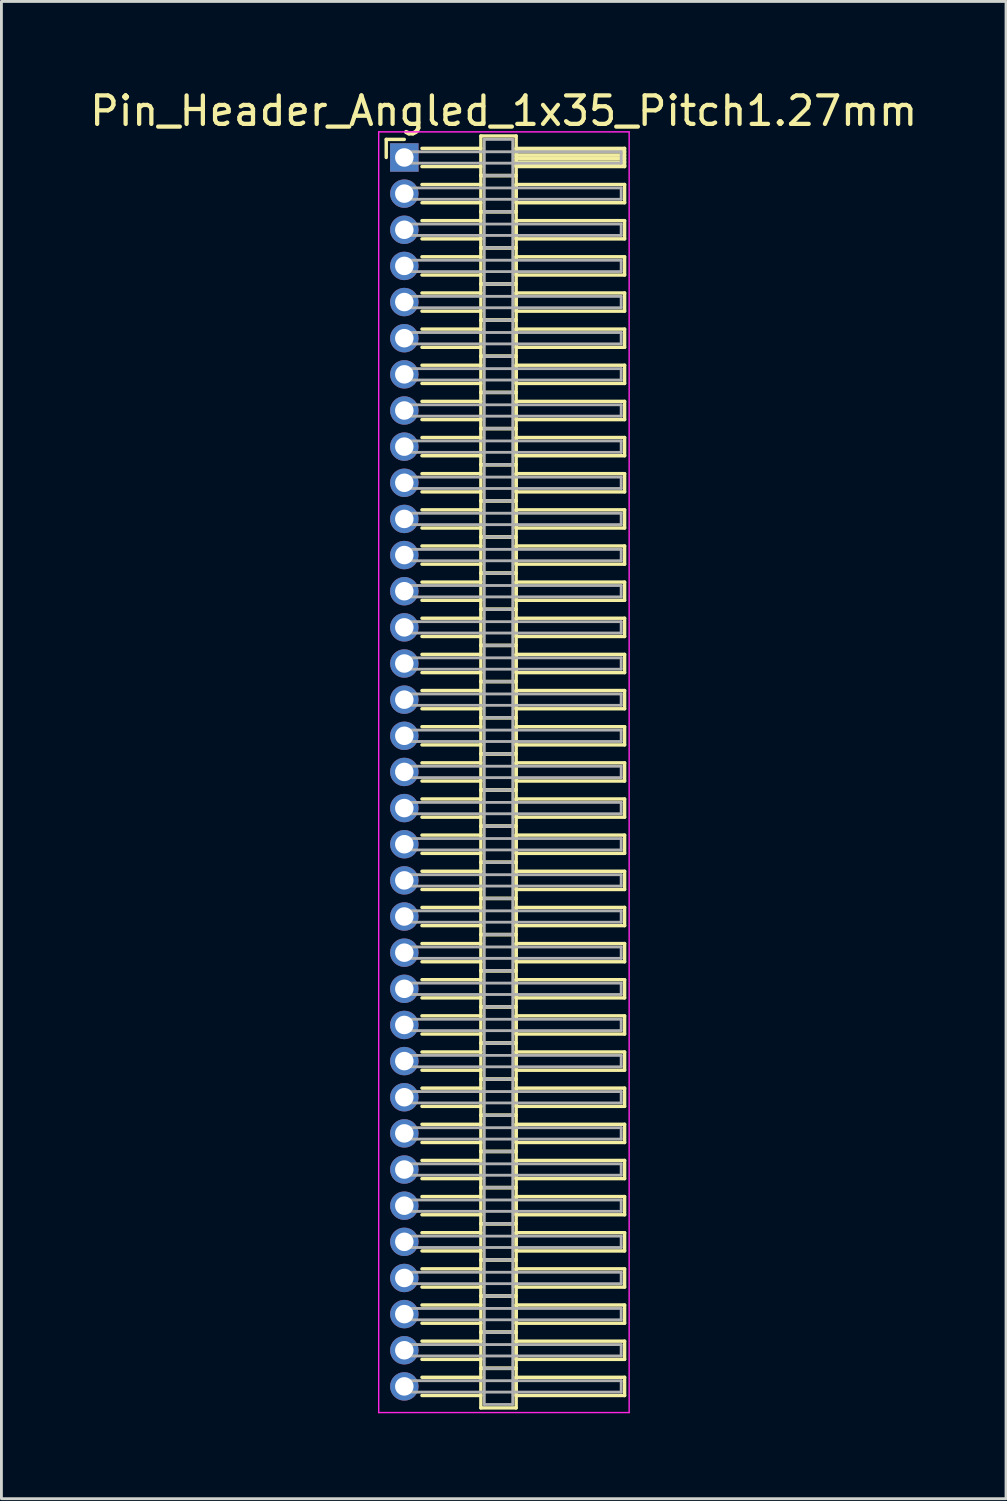
<source format=kicad_pcb>
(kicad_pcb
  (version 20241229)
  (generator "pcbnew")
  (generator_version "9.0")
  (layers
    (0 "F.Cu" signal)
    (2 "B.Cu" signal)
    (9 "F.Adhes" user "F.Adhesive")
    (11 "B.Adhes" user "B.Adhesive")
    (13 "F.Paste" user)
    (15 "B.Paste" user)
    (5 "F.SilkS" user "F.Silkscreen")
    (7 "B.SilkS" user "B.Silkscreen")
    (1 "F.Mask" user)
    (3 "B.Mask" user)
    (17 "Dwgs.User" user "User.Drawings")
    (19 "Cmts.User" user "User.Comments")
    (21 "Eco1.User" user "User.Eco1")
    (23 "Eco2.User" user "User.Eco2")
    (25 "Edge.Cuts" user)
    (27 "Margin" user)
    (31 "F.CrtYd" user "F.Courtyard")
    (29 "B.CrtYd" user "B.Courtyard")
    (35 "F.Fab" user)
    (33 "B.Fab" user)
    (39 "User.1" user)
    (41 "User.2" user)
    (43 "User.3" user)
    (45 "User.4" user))
  (footprint "Pin_Header_Angled_1x35_Pitch1.27mm"
    (layer "F.Cu")
    (at 11.156 2.483)
    (property "Reference" "Pin_Header_Angled_1x35_Pitch1.27mm" (at 3.493 -1.635 0) (layer "F.SilkS") (effects (font (size 1 1) (thickness 0.15))))
    (attr through_hole)
    (fp_line (start -0.635 -0.635) (end 0 -0.635) (stroke (width 0.12) (type solid)) (layer "F.SilkS"))
    (fp_line (start -0.635 0) (end -0.635 -0.635) (stroke (width 0.12) (type solid)) (layer "F.SilkS"))
    (fp_line (start 0.62 -0.32) (end 2.69 -0.32) (stroke (width 0.12) (type solid)) (layer "F.SilkS"))
    (fp_line (start 0.62 0.32) (end 2.69 0.32) (stroke (width 0.12) (type solid)) (layer "F.SilkS"))
    (fp_line (start 0.62 0.95) (end 2.69 0.95) (stroke (width 0.12) (type solid)) (layer "F.SilkS"))
    (fp_line (start 0.62 1.59) (end 2.69 1.59) (stroke (width 0.12) (type solid)) (layer "F.SilkS"))
    (fp_line (start 0.62 2.22) (end 2.69 2.22) (stroke (width 0.12) (type solid)) (layer "F.SilkS"))
    (fp_line (start 0.62 2.86) (end 2.69 2.86) (stroke (width 0.12) (type solid)) (layer "F.SilkS"))
    (fp_line (start 0.62 3.49) (end 2.69 3.49) (stroke (width 0.12) (type solid)) (layer "F.SilkS"))
    (fp_line (start 0.62 4.13) (end 2.69 4.13) (stroke (width 0.12) (type solid)) (layer "F.SilkS"))
    (fp_line (start 0.62 4.76) (end 2.69 4.76) (stroke (width 0.12) (type solid)) (layer "F.SilkS"))
    (fp_line (start 0.62 5.4) (end 2.69 5.4) (stroke (width 0.12) (type solid)) (layer "F.SilkS"))
    (fp_line (start 0.62 6.03) (end 2.69 6.03) (stroke (width 0.12) (type solid)) (layer "F.SilkS"))
    (fp_line (start 0.62 6.67) (end 2.69 6.67) (stroke (width 0.12) (type solid)) (layer "F.SilkS"))
    (fp_line (start 0.62 7.3) (end 2.69 7.3) (stroke (width 0.12) (type solid)) (layer "F.SilkS"))
    (fp_line (start 0.62 7.94) (end 2.69 7.94) (stroke (width 0.12) (type solid)) (layer "F.SilkS"))
    (fp_line (start 0.62 8.57) (end 2.69 8.57) (stroke (width 0.12) (type solid)) (layer "F.SilkS"))
    (fp_line (start 0.62 9.21) (end 2.69 9.21) (stroke (width 0.12) (type solid)) (layer "F.SilkS"))
    (fp_line (start 0.62 9.84) (end 2.69 9.84) (stroke (width 0.12) (type solid)) (layer "F.SilkS"))
    (fp_line (start 0.62 10.48) (end 2.69 10.48) (stroke (width 0.12) (type solid)) (layer "F.SilkS"))
    (fp_line (start 0.62 11.11) (end 2.69 11.11) (stroke (width 0.12) (type solid)) (layer "F.SilkS"))
    (fp_line (start 0.62 11.75) (end 2.69 11.75) (stroke (width 0.12) (type solid)) (layer "F.SilkS"))
    (fp_line (start 0.62 12.38) (end 2.69 12.38) (stroke (width 0.12) (type solid)) (layer "F.SilkS"))
    (fp_line (start 0.62 13.02) (end 2.69 13.02) (stroke (width 0.12) (type solid)) (layer "F.SilkS"))
    (fp_line (start 0.62 13.65) (end 2.69 13.65) (stroke (width 0.12) (type solid)) (layer "F.SilkS"))
    (fp_line (start 0.62 14.29) (end 2.69 14.29) (stroke (width 0.12) (type solid)) (layer "F.SilkS"))
    (fp_line (start 0.62 14.92) (end 2.69 14.92) (stroke (width 0.12) (type solid)) (layer "F.SilkS"))
    (fp_line (start 0.62 15.56) (end 2.69 15.56) (stroke (width 0.12) (type solid)) (layer "F.SilkS"))
    (fp_line (start 0.62 16.19) (end 2.69 16.19) (stroke (width 0.12) (type solid)) (layer "F.SilkS"))
    (fp_line (start 0.62 16.83) (end 2.69 16.83) (stroke (width 0.12) (type solid)) (layer "F.SilkS"))
    (fp_line (start 0.62 17.46) (end 2.69 17.46) (stroke (width 0.12) (type solid)) (layer "F.SilkS"))
    (fp_line (start 0.62 18.1) (end 2.69 18.1) (stroke (width 0.12) (type solid)) (layer "F.SilkS"))
    (fp_line (start 0.62 18.73) (end 2.69 18.73) (stroke (width 0.12) (type solid)) (layer "F.SilkS"))
    (fp_line (start 0.62 19.37) (end 2.69 19.37) (stroke (width 0.12) (type solid)) (layer "F.SilkS"))
    (fp_line (start 0.62 20) (end 2.69 20) (stroke (width 0.12) (type solid)) (layer "F.SilkS"))
    (fp_line (start 0.62 20.64) (end 2.69 20.64) (stroke (width 0.12) (type solid)) (layer "F.SilkS"))
    (fp_line (start 0.62 21.27) (end 2.69 21.27) (stroke (width 0.12) (type solid)) (layer "F.SilkS"))
    (fp_line (start 0.62 21.91) (end 2.69 21.91) (stroke (width 0.12) (type solid)) (layer "F.SilkS"))
    (fp_line (start 0.62 22.54) (end 2.69 22.54) (stroke (width 0.12) (type solid)) (layer "F.SilkS"))
    (fp_line (start 0.62 23.18) (end 2.69 23.18) (stroke (width 0.12) (type solid)) (layer "F.SilkS"))
    (fp_line (start 0.62 23.81) (end 2.69 23.81) (stroke (width 0.12) (type solid)) (layer "F.SilkS"))
    (fp_line (start 0.62 24.45) (end 2.69 24.45) (stroke (width 0.12) (type solid)) (layer "F.SilkS"))
    (fp_line (start 0.62 25.08) (end 2.69 25.08) (stroke (width 0.12) (type solid)) (layer "F.SilkS"))
    (fp_line (start 0.62 25.72) (end 2.69 25.72) (stroke (width 0.12) (type solid)) (layer "F.SilkS"))
    (fp_line (start 0.62 26.35) (end 2.69 26.35) (stroke (width 0.12) (type solid)) (layer "F.SilkS"))
    (fp_line (start 0.62 26.99) (end 2.69 26.99) (stroke (width 0.12) (type solid)) (layer "F.SilkS"))
    (fp_line (start 0.62 27.62) (end 2.69 27.62) (stroke (width 0.12) (type solid)) (layer "F.SilkS"))
    (fp_line (start 0.62 28.26) (end 2.69 28.26) (stroke (width 0.12) (type solid)) (layer "F.SilkS"))
    (fp_line (start 0.62 28.89) (end 2.69 28.89) (stroke (width 0.12) (type solid)) (layer "F.SilkS"))
    (fp_line (start 0.62 29.53) (end 2.69 29.53) (stroke (width 0.12) (type solid)) (layer "F.SilkS"))
    (fp_line (start 0.62 30.16) (end 2.69 30.16) (stroke (width 0.12) (type solid)) (layer "F.SilkS"))
    (fp_line (start 0.62 30.8) (end 2.69 30.8) (stroke (width 0.12) (type solid)) (layer "F.SilkS"))
    (fp_line (start 0.62 31.43) (end 2.69 31.43) (stroke (width 0.12) (type solid)) (layer "F.SilkS"))
    (fp_line (start 0.62 32.07) (end 2.69 32.07) (stroke (width 0.12) (type solid)) (layer "F.SilkS"))
    (fp_line (start 0.62 32.7) (end 2.69 32.7) (stroke (width 0.12) (type solid)) (layer "F.SilkS"))
    (fp_line (start 0.62 33.34) (end 2.69 33.34) (stroke (width 0.12) (type solid)) (layer "F.SilkS"))
    (fp_line (start 0.62 33.97) (end 2.69 33.97) (stroke (width 0.12) (type solid)) (layer "F.SilkS"))
    (fp_line (start 0.62 34.61) (end 2.69 34.61) (stroke (width 0.12) (type solid)) (layer "F.SilkS"))
    (fp_line (start 0.62 35.24) (end 2.69 35.24) (stroke (width 0.12) (type solid)) (layer "F.SilkS"))
    (fp_line (start 0.62 35.88) (end 2.69 35.88) (stroke (width 0.12) (type solid)) (layer "F.SilkS"))
    (fp_line (start 0.62 36.51) (end 2.69 36.51) (stroke (width 0.12) (type solid)) (layer "F.SilkS"))
    (fp_line (start 0.62 37.15) (end 2.69 37.15) (stroke (width 0.12) (type solid)) (layer "F.SilkS"))
    (fp_line (start 0.62 37.78) (end 2.69 37.78) (stroke (width 0.12) (type solid)) (layer "F.SilkS"))
    (fp_line (start 0.62 38.42) (end 2.69 38.42) (stroke (width 0.12) (type solid)) (layer "F.SilkS"))
    (fp_line (start 0.62 39.05) (end 2.69 39.05) (stroke (width 0.12) (type solid)) (layer "F.SilkS"))
    (fp_line (start 0.62 39.69) (end 2.69 39.69) (stroke (width 0.12) (type solid)) (layer "F.SilkS"))
    (fp_line (start 0.62 40.32) (end 2.69 40.32) (stroke (width 0.12) (type solid)) (layer "F.SilkS"))
    (fp_line (start 0.62 40.96) (end 2.69 40.96) (stroke (width 0.12) (type solid)) (layer "F.SilkS"))
    (fp_line (start 0.62 41.59) (end 2.69 41.59) (stroke (width 0.12) (type solid)) (layer "F.SilkS"))
    (fp_line (start 0.62 42.23) (end 2.69 42.23) (stroke (width 0.12) (type solid)) (layer "F.SilkS"))
    (fp_line (start 0.62 42.86) (end 2.69 42.86) (stroke (width 0.12) (type solid)) (layer "F.SilkS"))
    (fp_line (start 0.62 43.5) (end 2.69 43.5) (stroke (width 0.12) (type solid)) (layer "F.SilkS"))
    (fp_line (start 2.69 -0.755) (end 2.69 0.635) (stroke (width 0.12) (type solid)) (layer "F.SilkS"))
    (fp_line (start 2.69 0.635) (end 2.69 1.905) (stroke (width 0.12) (type solid)) (layer "F.SilkS"))
    (fp_line (start 2.69 0.635) (end 3.93 0.635) (stroke (width 0.12) (type solid)) (layer "F.SilkS"))
    (fp_line (start 2.69 1.905) (end 2.69 3.175) (stroke (width 0.12) (type solid)) (layer "F.SilkS"))
    (fp_line (start 2.69 1.905) (end 3.93 1.905) (stroke (width 0.12) (type solid)) (layer "F.SilkS"))
    (fp_line (start 2.69 3.175) (end 2.69 4.445) (stroke (width 0.12) (type solid)) (layer "F.SilkS"))
    (fp_line (start 2.69 3.175) (end 3.93 3.175) (stroke (width 0.12) (type solid)) (layer "F.SilkS"))
    (fp_line (start 2.69 4.445) (end 2.69 5.715) (stroke (width 0.12) (type solid)) (layer "F.SilkS"))
    (fp_line (start 2.69 4.445) (end 3.93 4.445) (stroke (width 0.12) (type solid)) (layer "F.SilkS"))
    (fp_line (start 2.69 5.715) (end 2.69 6.985) (stroke (width 0.12) (type solid)) (layer "F.SilkS"))
    (fp_line (start 2.69 5.715) (end 3.93 5.715) (stroke (width 0.12) (type solid)) (layer "F.SilkS"))
    (fp_line (start 2.69 6.985) (end 2.69 8.255) (stroke (width 0.12) (type solid)) (layer "F.SilkS"))
    (fp_line (start 2.69 6.985) (end 3.93 6.985) (stroke (width 0.12) (type solid)) (layer "F.SilkS"))
    (fp_line (start 2.69 8.255) (end 2.69 9.525) (stroke (width 0.12) (type solid)) (layer "F.SilkS"))
    (fp_line (start 2.69 8.255) (end 3.93 8.255) (stroke (width 0.12) (type solid)) (layer "F.SilkS"))
    (fp_line (start 2.69 9.525) (end 2.69 10.795) (stroke (width 0.12) (type solid)) (layer "F.SilkS"))
    (fp_line (start 2.69 9.525) (end 3.93 9.525) (stroke (width 0.12) (type solid)) (layer "F.SilkS"))
    (fp_line (start 2.69 10.795) (end 2.69 12.065) (stroke (width 0.12) (type solid)) (layer "F.SilkS"))
    (fp_line (start 2.69 10.795) (end 3.93 10.795) (stroke (width 0.12) (type solid)) (layer "F.SilkS"))
    (fp_line (start 2.69 12.065) (end 2.69 13.335) (stroke (width 0.12) (type solid)) (layer "F.SilkS"))
    (fp_line (start 2.69 12.065) (end 3.93 12.065) (stroke (width 0.12) (type solid)) (layer "F.SilkS"))
    (fp_line (start 2.69 13.335) (end 2.69 14.605) (stroke (width 0.12) (type solid)) (layer "F.SilkS"))
    (fp_line (start 2.69 13.335) (end 3.93 13.335) (stroke (width 0.12) (type solid)) (layer "F.SilkS"))
    (fp_line (start 2.69 14.605) (end 2.69 15.875) (stroke (width 0.12) (type solid)) (layer "F.SilkS"))
    (fp_line (start 2.69 14.605) (end 3.93 14.605) (stroke (width 0.12) (type solid)) (layer "F.SilkS"))
    (fp_line (start 2.69 15.875) (end 2.69 17.145) (stroke (width 0.12) (type solid)) (layer "F.SilkS"))
    (fp_line (start 2.69 15.875) (end 3.93 15.875) (stroke (width 0.12) (type solid)) (layer "F.SilkS"))
    (fp_line (start 2.69 17.145) (end 2.69 18.415) (stroke (width 0.12) (type solid)) (layer "F.SilkS"))
    (fp_line (start 2.69 17.145) (end 3.93 17.145) (stroke (width 0.12) (type solid)) (layer "F.SilkS"))
    (fp_line (start 2.69 18.415) (end 2.69 19.685) (stroke (width 0.12) (type solid)) (layer "F.SilkS"))
    (fp_line (start 2.69 18.415) (end 3.93 18.415) (stroke (width 0.12) (type solid)) (layer "F.SilkS"))
    (fp_line (start 2.69 19.685) (end 2.69 20.955) (stroke (width 0.12) (type solid)) (layer "F.SilkS"))
    (fp_line (start 2.69 19.685) (end 3.93 19.685) (stroke (width 0.12) (type solid)) (layer "F.SilkS"))
    (fp_line (start 2.69 20.955) (end 2.69 22.225) (stroke (width 0.12) (type solid)) (layer "F.SilkS"))
    (fp_line (start 2.69 20.955) (end 3.93 20.955) (stroke (width 0.12) (type solid)) (layer "F.SilkS"))
    (fp_line (start 2.69 22.225) (end 2.69 23.495) (stroke (width 0.12) (type solid)) (layer "F.SilkS"))
    (fp_line (start 2.69 22.225) (end 3.93 22.225) (stroke (width 0.12) (type solid)) (layer "F.SilkS"))
    (fp_line (start 2.69 23.495) (end 2.69 24.765) (stroke (width 0.12) (type solid)) (layer "F.SilkS"))
    (fp_line (start 2.69 23.495) (end 3.93 23.495) (stroke (width 0.12) (type solid)) (layer "F.SilkS"))
    (fp_line (start 2.69 24.765) (end 2.69 26.035) (stroke (width 0.12) (type solid)) (layer "F.SilkS"))
    (fp_line (start 2.69 24.765) (end 3.93 24.765) (stroke (width 0.12) (type solid)) (layer "F.SilkS"))
    (fp_line (start 2.69 26.035) (end 2.69 27.305) (stroke (width 0.12) (type solid)) (layer "F.SilkS"))
    (fp_line (start 2.69 26.035) (end 3.93 26.035) (stroke (width 0.12) (type solid)) (layer "F.SilkS"))
    (fp_line (start 2.69 27.305) (end 2.69 28.575) (stroke (width 0.12) (type solid)) (layer "F.SilkS"))
    (fp_line (start 2.69 27.305) (end 3.93 27.305) (stroke (width 0.12) (type solid)) (layer "F.SilkS"))
    (fp_line (start 2.69 28.575) (end 2.69 29.845) (stroke (width 0.12) (type solid)) (layer "F.SilkS"))
    (fp_line (start 2.69 28.575) (end 3.93 28.575) (stroke (width 0.12) (type solid)) (layer "F.SilkS"))
    (fp_line (start 2.69 29.845) (end 2.69 31.115) (stroke (width 0.12) (type solid)) (layer "F.SilkS"))
    (fp_line (start 2.69 29.845) (end 3.93 29.845) (stroke (width 0.12) (type solid)) (layer "F.SilkS"))
    (fp_line (start 2.69 31.115) (end 2.69 32.385) (stroke (width 0.12) (type solid)) (layer "F.SilkS"))
    (fp_line (start 2.69 31.115) (end 3.93 31.115) (stroke (width 0.12) (type solid)) (layer "F.SilkS"))
    (fp_line (start 2.69 32.385) (end 2.69 33.655) (stroke (width 0.12) (type solid)) (layer "F.SilkS"))
    (fp_line (start 2.69 32.385) (end 3.93 32.385) (stroke (width 0.12) (type solid)) (layer "F.SilkS"))
    (fp_line (start 2.69 33.655) (end 2.69 34.925) (stroke (width 0.12) (type solid)) (layer "F.SilkS"))
    (fp_line (start 2.69 33.655) (end 3.93 33.655) (stroke (width 0.12) (type solid)) (layer "F.SilkS"))
    (fp_line (start 2.69 34.925) (end 2.69 36.195) (stroke (width 0.12) (type solid)) (layer "F.SilkS"))
    (fp_line (start 2.69 34.925) (end 3.93 34.925) (stroke (width 0.12) (type solid)) (layer "F.SilkS"))
    (fp_line (start 2.69 36.195) (end 2.69 37.465) (stroke (width 0.12) (type solid)) (layer "F.SilkS"))
    (fp_line (start 2.69 36.195) (end 3.93 36.195) (stroke (width 0.12) (type solid)) (layer "F.SilkS"))
    (fp_line (start 2.69 37.465) (end 2.69 38.735) (stroke (width 0.12) (type solid)) (layer "F.SilkS"))
    (fp_line (start 2.69 37.465) (end 3.93 37.465) (stroke (width 0.12) (type solid)) (layer "F.SilkS"))
    (fp_line (start 2.69 38.735) (end 2.69 40.005) (stroke (width 0.12) (type solid)) (layer "F.SilkS"))
    (fp_line (start 2.69 38.735) (end 3.93 38.735) (stroke (width 0.12) (type solid)) (layer "F.SilkS"))
    (fp_line (start 2.69 40.005) (end 2.69 41.275) (stroke (width 0.12) (type solid)) (layer "F.SilkS"))
    (fp_line (start 2.69 40.005) (end 3.93 40.005) (stroke (width 0.12) (type solid)) (layer "F.SilkS"))
    (fp_line (start 2.69 41.275) (end 2.69 42.545) (stroke (width 0.12) (type solid)) (layer "F.SilkS"))
    (fp_line (start 2.69 41.275) (end 3.93 41.275) (stroke (width 0.12) (type solid)) (layer "F.SilkS"))
    (fp_line (start 2.69 42.545) (end 2.69 43.935) (stroke (width 0.12) (type solid)) (layer "F.SilkS"))
    (fp_line (start 2.69 42.545) (end 3.93 42.545) (stroke (width 0.12) (type solid)) (layer "F.SilkS"))
    (fp_line (start 2.69 43.935) (end 3.93 43.935) (stroke (width 0.12) (type solid)) (layer "F.SilkS"))
    (fp_line (start 3.93 -0.755) (end 2.69 -0.755) (stroke (width 0.12) (type solid)) (layer "F.SilkS"))
    (fp_line (start 3.93 -0.32) (end 3.93 0.32) (stroke (width 0.12) (type solid)) (layer "F.SilkS"))
    (fp_line (start 3.93 -0.2) (end 7.74 -0.2) (stroke (width 0.12) (type solid)) (layer "F.SilkS"))
    (fp_line (start 3.93 -0.08) (end 7.74 -0.08) (stroke (width 0.12) (type solid)) (layer "F.SilkS"))
    (fp_line (start 3.93 0.04) (end 7.74 0.04) (stroke (width 0.12) (type solid)) (layer "F.SilkS"))
    (fp_line (start 3.93 0.16) (end 7.74 0.16) (stroke (width 0.12) (type solid)) (layer "F.SilkS"))
    (fp_line (start 3.93 0.28) (end 7.74 0.28) (stroke (width 0.12) (type solid)) (layer "F.SilkS"))
    (fp_line (start 3.93 0.32) (end 7.74 0.32) (stroke (width 0.12) (type solid)) (layer "F.SilkS"))
    (fp_line (start 3.93 0.635) (end 2.69 0.635) (stroke (width 0.12) (type solid)) (layer "F.SilkS"))
    (fp_line (start 3.93 0.635) (end 3.93 -0.755) (stroke (width 0.12) (type solid)) (layer "F.SilkS"))
    (fp_line (start 3.93 0.95) (end 3.93 1.59) (stroke (width 0.12) (type solid)) (layer "F.SilkS"))
    (fp_line (start 3.93 1.59) (end 7.74 1.59) (stroke (width 0.12) (type solid)) (layer "F.SilkS"))
    (fp_line (start 3.93 1.905) (end 2.69 1.905) (stroke (width 0.12) (type solid)) (layer "F.SilkS"))
    (fp_line (start 3.93 1.905) (end 3.93 0.635) (stroke (width 0.12) (type solid)) (layer "F.SilkS"))
    (fp_line (start 3.93 2.22) (end 3.93 2.86) (stroke (width 0.12) (type solid)) (layer "F.SilkS"))
    (fp_line (start 3.93 2.86) (end 7.74 2.86) (stroke (width 0.12) (type solid)) (layer "F.SilkS"))
    (fp_line (start 3.93 3.175) (end 2.69 3.175) (stroke (width 0.12) (type solid)) (layer "F.SilkS"))
    (fp_line (start 3.93 3.175) (end 3.93 1.905) (stroke (width 0.12) (type solid)) (layer "F.SilkS"))
    (fp_line (start 3.93 3.49) (end 3.93 4.13) (stroke (width 0.12) (type solid)) (layer "F.SilkS"))
    (fp_line (start 3.93 4.13) (end 7.74 4.13) (stroke (width 0.12) (type solid)) (layer "F.SilkS"))
    (fp_line (start 3.93 4.445) (end 2.69 4.445) (stroke (width 0.12) (type solid)) (layer "F.SilkS"))
    (fp_line (start 3.93 4.445) (end 3.93 3.175) (stroke (width 0.12) (type solid)) (layer "F.SilkS"))
    (fp_line (start 3.93 4.76) (end 3.93 5.4) (stroke (width 0.12) (type solid)) (layer "F.SilkS"))
    (fp_line (start 3.93 5.4) (end 7.74 5.4) (stroke (width 0.12) (type solid)) (layer "F.SilkS"))
    (fp_line (start 3.93 5.715) (end 2.69 5.715) (stroke (width 0.12) (type solid)) (layer "F.SilkS"))
    (fp_line (start 3.93 5.715) (end 3.93 4.445) (stroke (width 0.12) (type solid)) (layer "F.SilkS"))
    (fp_line (start 3.93 6.03) (end 3.93 6.67) (stroke (width 0.12) (type solid)) (layer "F.SilkS"))
    (fp_line (start 3.93 6.67) (end 7.74 6.67) (stroke (width 0.12) (type solid)) (layer "F.SilkS"))
    (fp_line (start 3.93 6.985) (end 2.69 6.985) (stroke (width 0.12) (type solid)) (layer "F.SilkS"))
    (fp_line (start 3.93 6.985) (end 3.93 5.715) (stroke (width 0.12) (type solid)) (layer "F.SilkS"))
    (fp_line (start 3.93 7.3) (end 3.93 7.94) (stroke (width 0.12) (type solid)) (layer "F.SilkS"))
    (fp_line (start 3.93 7.94) (end 7.74 7.94) (stroke (width 0.12) (type solid)) (layer "F.SilkS"))
    (fp_line (start 3.93 8.255) (end 2.69 8.255) (stroke (width 0.12) (type solid)) (layer "F.SilkS"))
    (fp_line (start 3.93 8.255) (end 3.93 6.985) (stroke (width 0.12) (type solid)) (layer "F.SilkS"))
    (fp_line (start 3.93 8.57) (end 3.93 9.21) (stroke (width 0.12) (type solid)) (layer "F.SilkS"))
    (fp_line (start 3.93 9.21) (end 7.74 9.21) (stroke (width 0.12) (type solid)) (layer "F.SilkS"))
    (fp_line (start 3.93 9.525) (end 2.69 9.525) (stroke (width 0.12) (type solid)) (layer "F.SilkS"))
    (fp_line (start 3.93 9.525) (end 3.93 8.255) (stroke (width 0.12) (type solid)) (layer "F.SilkS"))
    (fp_line (start 3.93 9.84) (end 3.93 10.48) (stroke (width 0.12) (type solid)) (layer "F.SilkS"))
    (fp_line (start 3.93 10.48) (end 7.74 10.48) (stroke (width 0.12) (type solid)) (layer "F.SilkS"))
    (fp_line (start 3.93 10.795) (end 2.69 10.795) (stroke (width 0.12) (type solid)) (layer "F.SilkS"))
    (fp_line (start 3.93 10.795) (end 3.93 9.525) (stroke (width 0.12) (type solid)) (layer "F.SilkS"))
    (fp_line (start 3.93 11.11) (end 3.93 11.75) (stroke (width 0.12) (type solid)) (layer "F.SilkS"))
    (fp_line (start 3.93 11.75) (end 7.74 11.75) (stroke (width 0.12) (type solid)) (layer "F.SilkS"))
    (fp_line (start 3.93 12.065) (end 2.69 12.065) (stroke (width 0.12) (type solid)) (layer "F.SilkS"))
    (fp_line (start 3.93 12.065) (end 3.93 10.795) (stroke (width 0.12) (type solid)) (layer "F.SilkS"))
    (fp_line (start 3.93 12.38) (end 3.93 13.02) (stroke (width 0.12) (type solid)) (layer "F.SilkS"))
    (fp_line (start 3.93 13.02) (end 7.74 13.02) (stroke (width 0.12) (type solid)) (layer "F.SilkS"))
    (fp_line (start 3.93 13.335) (end 2.69 13.335) (stroke (width 0.12) (type solid)) (layer "F.SilkS"))
    (fp_line (start 3.93 13.335) (end 3.93 12.065) (stroke (width 0.12) (type solid)) (layer "F.SilkS"))
    (fp_line (start 3.93 13.65) (end 3.93 14.29) (stroke (width 0.12) (type solid)) (layer "F.SilkS"))
    (fp_line (start 3.93 14.29) (end 7.74 14.29) (stroke (width 0.12) (type solid)) (layer "F.SilkS"))
    (fp_line (start 3.93 14.605) (end 2.69 14.605) (stroke (width 0.12) (type solid)) (layer "F.SilkS"))
    (fp_line (start 3.93 14.605) (end 3.93 13.335) (stroke (width 0.12) (type solid)) (layer "F.SilkS"))
    (fp_line (start 3.93 14.92) (end 3.93 15.56) (stroke (width 0.12) (type solid)) (layer "F.SilkS"))
    (fp_line (start 3.93 15.56) (end 7.74 15.56) (stroke (width 0.12) (type solid)) (layer "F.SilkS"))
    (fp_line (start 3.93 15.875) (end 2.69 15.875) (stroke (width 0.12) (type solid)) (layer "F.SilkS"))
    (fp_line (start 3.93 15.875) (end 3.93 14.605) (stroke (width 0.12) (type solid)) (layer "F.SilkS"))
    (fp_line (start 3.93 16.19) (end 3.93 16.83) (stroke (width 0.12) (type solid)) (layer "F.SilkS"))
    (fp_line (start 3.93 16.83) (end 7.74 16.83) (stroke (width 0.12) (type solid)) (layer "F.SilkS"))
    (fp_line (start 3.93 17.145) (end 2.69 17.145) (stroke (width 0.12) (type solid)) (layer "F.SilkS"))
    (fp_line (start 3.93 17.145) (end 3.93 15.875) (stroke (width 0.12) (type solid)) (layer "F.SilkS"))
    (fp_line (start 3.93 17.46) (end 3.93 18.1) (stroke (width 0.12) (type solid)) (layer "F.SilkS"))
    (fp_line (start 3.93 18.1) (end 7.74 18.1) (stroke (width 0.12) (type solid)) (layer "F.SilkS"))
    (fp_line (start 3.93 18.415) (end 2.69 18.415) (stroke (width 0.12) (type solid)) (layer "F.SilkS"))
    (fp_line (start 3.93 18.415) (end 3.93 17.145) (stroke (width 0.12) (type solid)) (layer "F.SilkS"))
    (fp_line (start 3.93 18.73) (end 3.93 19.37) (stroke (width 0.12) (type solid)) (layer "F.SilkS"))
    (fp_line (start 3.93 19.37) (end 7.74 19.37) (stroke (width 0.12) (type solid)) (layer "F.SilkS"))
    (fp_line (start 3.93 19.685) (end 2.69 19.685) (stroke (width 0.12) (type solid)) (layer "F.SilkS"))
    (fp_line (start 3.93 19.685) (end 3.93 18.415) (stroke (width 0.12) (type solid)) (layer "F.SilkS"))
    (fp_line (start 3.93 20) (end 3.93 20.64) (stroke (width 0.12) (type solid)) (layer "F.SilkS"))
    (fp_line (start 3.93 20.64) (end 7.74 20.64) (stroke (width 0.12) (type solid)) (layer "F.SilkS"))
    (fp_line (start 3.93 20.955) (end 2.69 20.955) (stroke (width 0.12) (type solid)) (layer "F.SilkS"))
    (fp_line (start 3.93 20.955) (end 3.93 19.685) (stroke (width 0.12) (type solid)) (layer "F.SilkS"))
    (fp_line (start 3.93 21.27) (end 3.93 21.91) (stroke (width 0.12) (type solid)) (layer "F.SilkS"))
    (fp_line (start 3.93 21.91) (end 7.74 21.91) (stroke (width 0.12) (type solid)) (layer "F.SilkS"))
    (fp_line (start 3.93 22.225) (end 2.69 22.225) (stroke (width 0.12) (type solid)) (layer "F.SilkS"))
    (fp_line (start 3.93 22.225) (end 3.93 20.955) (stroke (width 0.12) (type solid)) (layer "F.SilkS"))
    (fp_line (start 3.93 22.54) (end 3.93 23.18) (stroke (width 0.12) (type solid)) (layer "F.SilkS"))
    (fp_line (start 3.93 23.18) (end 7.74 23.18) (stroke (width 0.12) (type solid)) (layer "F.SilkS"))
    (fp_line (start 3.93 23.495) (end 2.69 23.495) (stroke (width 0.12) (type solid)) (layer "F.SilkS"))
    (fp_line (start 3.93 23.495) (end 3.93 22.225) (stroke (width 0.12) (type solid)) (layer "F.SilkS"))
    (fp_line (start 3.93 23.81) (end 3.93 24.45) (stroke (width 0.12) (type solid)) (layer "F.SilkS"))
    (fp_line (start 3.93 24.45) (end 7.74 24.45) (stroke (width 0.12) (type solid)) (layer "F.SilkS"))
    (fp_line (start 3.93 24.765) (end 2.69 24.765) (stroke (width 0.12) (type solid)) (layer "F.SilkS"))
    (fp_line (start 3.93 24.765) (end 3.93 23.495) (stroke (width 0.12) (type solid)) (layer "F.SilkS"))
    (fp_line (start 3.93 25.08) (end 3.93 25.72) (stroke (width 0.12) (type solid)) (layer "F.SilkS"))
    (fp_line (start 3.93 25.72) (end 7.74 25.72) (stroke (width 0.12) (type solid)) (layer "F.SilkS"))
    (fp_line (start 3.93 26.035) (end 2.69 26.035) (stroke (width 0.12) (type solid)) (layer "F.SilkS"))
    (fp_line (start 3.93 26.035) (end 3.93 24.765) (stroke (width 0.12) (type solid)) (layer "F.SilkS"))
    (fp_line (start 3.93 26.35) (end 3.93 26.99) (stroke (width 0.12) (type solid)) (layer "F.SilkS"))
    (fp_line (start 3.93 26.99) (end 7.74 26.99) (stroke (width 0.12) (type solid)) (layer "F.SilkS"))
    (fp_line (start 3.93 27.305) (end 2.69 27.305) (stroke (width 0.12) (type solid)) (layer "F.SilkS"))
    (fp_line (start 3.93 27.305) (end 3.93 26.035) (stroke (width 0.12) (type solid)) (layer "F.SilkS"))
    (fp_line (start 3.93 27.62) (end 3.93 28.26) (stroke (width 0.12) (type solid)) (layer "F.SilkS"))
    (fp_line (start 3.93 28.26) (end 7.74 28.26) (stroke (width 0.12) (type solid)) (layer "F.SilkS"))
    (fp_line (start 3.93 28.575) (end 2.69 28.575) (stroke (width 0.12) (type solid)) (layer "F.SilkS"))
    (fp_line (start 3.93 28.575) (end 3.93 27.305) (stroke (width 0.12) (type solid)) (layer "F.SilkS"))
    (fp_line (start 3.93 28.89) (end 3.93 29.53) (stroke (width 0.12) (type solid)) (layer "F.SilkS"))
    (fp_line (start 3.93 29.53) (end 7.74 29.53) (stroke (width 0.12) (type solid)) (layer "F.SilkS"))
    (fp_line (start 3.93 29.845) (end 2.69 29.845) (stroke (width 0.12) (type solid)) (layer "F.SilkS"))
    (fp_line (start 3.93 29.845) (end 3.93 28.575) (stroke (width 0.12) (type solid)) (layer "F.SilkS"))
    (fp_line (start 3.93 30.16) (end 3.93 30.8) (stroke (width 0.12) (type solid)) (layer "F.SilkS"))
    (fp_line (start 3.93 30.8) (end 7.74 30.8) (stroke (width 0.12) (type solid)) (layer "F.SilkS"))
    (fp_line (start 3.93 31.115) (end 2.69 31.115) (stroke (width 0.12) (type solid)) (layer "F.SilkS"))
    (fp_line (start 3.93 31.115) (end 3.93 29.845) (stroke (width 0.12) (type solid)) (layer "F.SilkS"))
    (fp_line (start 3.93 31.43) (end 3.93 32.07) (stroke (width 0.12) (type solid)) (layer "F.SilkS"))
    (fp_line (start 3.93 32.07) (end 7.74 32.07) (stroke (width 0.12) (type solid)) (layer "F.SilkS"))
    (fp_line (start 3.93 32.385) (end 2.69 32.385) (stroke (width 0.12) (type solid)) (layer "F.SilkS"))
    (fp_line (start 3.93 32.385) (end 3.93 31.115) (stroke (width 0.12) (type solid)) (layer "F.SilkS"))
    (fp_line (start 3.93 32.7) (end 3.93 33.34) (stroke (width 0.12) (type solid)) (layer "F.SilkS"))
    (fp_line (start 3.93 33.34) (end 7.74 33.34) (stroke (width 0.12) (type solid)) (layer "F.SilkS"))
    (fp_line (start 3.93 33.655) (end 2.69 33.655) (stroke (width 0.12) (type solid)) (layer "F.SilkS"))
    (fp_line (start 3.93 33.655) (end 3.93 32.385) (stroke (width 0.12) (type solid)) (layer "F.SilkS"))
    (fp_line (start 3.93 33.97) (end 3.93 34.61) (stroke (width 0.12) (type solid)) (layer "F.SilkS"))
    (fp_line (start 3.93 34.61) (end 7.74 34.61) (stroke (width 0.12) (type solid)) (layer "F.SilkS"))
    (fp_line (start 3.93 34.925) (end 2.69 34.925) (stroke (width 0.12) (type solid)) (layer "F.SilkS"))
    (fp_line (start 3.93 34.925) (end 3.93 33.655) (stroke (width 0.12) (type solid)) (layer "F.SilkS"))
    (fp_line (start 3.93 35.24) (end 3.93 35.88) (stroke (width 0.12) (type solid)) (layer "F.SilkS"))
    (fp_line (start 3.93 35.88) (end 7.74 35.88) (stroke (width 0.12) (type solid)) (layer "F.SilkS"))
    (fp_line (start 3.93 36.195) (end 2.69 36.195) (stroke (width 0.12) (type solid)) (layer "F.SilkS"))
    (fp_line (start 3.93 36.195) (end 3.93 34.925) (stroke (width 0.12) (type solid)) (layer "F.SilkS"))
    (fp_line (start 3.93 36.51) (end 3.93 37.15) (stroke (width 0.12) (type solid)) (layer "F.SilkS"))
    (fp_line (start 3.93 37.15) (end 7.74 37.15) (stroke (width 0.12) (type solid)) (layer "F.SilkS"))
    (fp_line (start 3.93 37.465) (end 2.69 37.465) (stroke (width 0.12) (type solid)) (layer "F.SilkS"))
    (fp_line (start 3.93 37.465) (end 3.93 36.195) (stroke (width 0.12) (type solid)) (layer "F.SilkS"))
    (fp_line (start 3.93 37.78) (end 3.93 38.42) (stroke (width 0.12) (type solid)) (layer "F.SilkS"))
    (fp_line (start 3.93 38.42) (end 7.74 38.42) (stroke (width 0.12) (type solid)) (layer "F.SilkS"))
    (fp_line (start 3.93 38.735) (end 2.69 38.735) (stroke (width 0.12) (type solid)) (layer "F.SilkS"))
    (fp_line (start 3.93 38.735) (end 3.93 37.465) (stroke (width 0.12) (type solid)) (layer "F.SilkS"))
    (fp_line (start 3.93 39.05) (end 3.93 39.69) (stroke (width 0.12) (type solid)) (layer "F.SilkS"))
    (fp_line (start 3.93 39.69) (end 7.74 39.69) (stroke (width 0.12) (type solid)) (layer "F.SilkS"))
    (fp_line (start 3.93 40.005) (end 2.69 40.005) (stroke (width 0.12) (type solid)) (layer "F.SilkS"))
    (fp_line (start 3.93 40.005) (end 3.93 38.735) (stroke (width 0.12) (type solid)) (layer "F.SilkS"))
    (fp_line (start 3.93 40.32) (end 3.93 40.96) (stroke (width 0.12) (type solid)) (layer "F.SilkS"))
    (fp_line (start 3.93 40.96) (end 7.74 40.96) (stroke (width 0.12) (type solid)) (layer "F.SilkS"))
    (fp_line (start 3.93 41.275) (end 2.69 41.275) (stroke (width 0.12) (type solid)) (layer "F.SilkS"))
    (fp_line (start 3.93 41.275) (end 3.93 40.005) (stroke (width 0.12) (type solid)) (layer "F.SilkS"))
    (fp_line (start 3.93 41.59) (end 3.93 42.23) (stroke (width 0.12) (type solid)) (layer "F.SilkS"))
    (fp_line (start 3.93 42.23) (end 7.74 42.23) (stroke (width 0.12) (type solid)) (layer "F.SilkS"))
    (fp_line (start 3.93 42.545) (end 2.69 42.545) (stroke (width 0.12) (type solid)) (layer "F.SilkS"))
    (fp_line (start 3.93 42.545) (end 3.93 41.275) (stroke (width 0.12) (type solid)) (layer "F.SilkS"))
    (fp_line (start 3.93 42.86) (end 3.93 43.5) (stroke (width 0.12) (type solid)) (layer "F.SilkS"))
    (fp_line (start 3.93 43.5) (end 7.74 43.5) (stroke (width 0.12) (type solid)) (layer "F.SilkS"))
    (fp_line (start 3.93 43.935) (end 3.93 42.545) (stroke (width 0.12) (type solid)) (layer "F.SilkS"))
    (fp_line (start 7.74 -0.32) (end 3.93 -0.32) (stroke (width 0.12) (type solid)) (layer "F.SilkS"))
    (fp_line (start 7.74 0.32) (end 7.74 -0.32) (stroke (width 0.12) (type solid)) (layer "F.SilkS"))
    (fp_line (start 7.74 0.95) (end 3.93 0.95) (stroke (width 0.12) (type solid)) (layer "F.SilkS"))
    (fp_line (start 7.74 1.59) (end 7.74 0.95) (stroke (width 0.12) (type solid)) (layer "F.SilkS"))
    (fp_line (start 7.74 2.22) (end 3.93 2.22) (stroke (width 0.12) (type solid)) (layer "F.SilkS"))
    (fp_line (start 7.74 2.86) (end 7.74 2.22) (stroke (width 0.12) (type solid)) (layer "F.SilkS"))
    (fp_line (start 7.74 3.49) (end 3.93 3.49) (stroke (width 0.12) (type solid)) (layer "F.SilkS"))
    (fp_line (start 7.74 4.13) (end 7.74 3.49) (stroke (width 0.12) (type solid)) (layer "F.SilkS"))
    (fp_line (start 7.74 4.76) (end 3.93 4.76) (stroke (width 0.12) (type solid)) (layer "F.SilkS"))
    (fp_line (start 7.74 5.4) (end 7.74 4.76) (stroke (width 0.12) (type solid)) (layer "F.SilkS"))
    (fp_line (start 7.74 6.03) (end 3.93 6.03) (stroke (width 0.12) (type solid)) (layer "F.SilkS"))
    (fp_line (start 7.74 6.67) (end 7.74 6.03) (stroke (width 0.12) (type solid)) (layer "F.SilkS"))
    (fp_line (start 7.74 7.3) (end 3.93 7.3) (stroke (width 0.12) (type solid)) (layer "F.SilkS"))
    (fp_line (start 7.74 7.94) (end 7.74 7.3) (stroke (width 0.12) (type solid)) (layer "F.SilkS"))
    (fp_line (start 7.74 8.57) (end 3.93 8.57) (stroke (width 0.12) (type solid)) (layer "F.SilkS"))
    (fp_line (start 7.74 9.21) (end 7.74 8.57) (stroke (width 0.12) (type solid)) (layer "F.SilkS"))
    (fp_line (start 7.74 9.84) (end 3.93 9.84) (stroke (width 0.12) (type solid)) (layer "F.SilkS"))
    (fp_line (start 7.74 10.48) (end 7.74 9.84) (stroke (width 0.12) (type solid)) (layer "F.SilkS"))
    (fp_line (start 7.74 11.11) (end 3.93 11.11) (stroke (width 0.12) (type solid)) (layer "F.SilkS"))
    (fp_line (start 7.74 11.75) (end 7.74 11.11) (stroke (width 0.12) (type solid)) (layer "F.SilkS"))
    (fp_line (start 7.74 12.38) (end 3.93 12.38) (stroke (width 0.12) (type solid)) (layer "F.SilkS"))
    (fp_line (start 7.74 13.02) (end 7.74 12.38) (stroke (width 0.12) (type solid)) (layer "F.SilkS"))
    (fp_line (start 7.74 13.65) (end 3.93 13.65) (stroke (width 0.12) (type solid)) (layer "F.SilkS"))
    (fp_line (start 7.74 14.29) (end 7.74 13.65) (stroke (width 0.12) (type solid)) (layer "F.SilkS"))
    (fp_line (start 7.74 14.92) (end 3.93 14.92) (stroke (width 0.12) (type solid)) (layer "F.SilkS"))
    (fp_line (start 7.74 15.56) (end 7.74 14.92) (stroke (width 0.12) (type solid)) (layer "F.SilkS"))
    (fp_line (start 7.74 16.19) (end 3.93 16.19) (stroke (width 0.12) (type solid)) (layer "F.SilkS"))
    (fp_line (start 7.74 16.83) (end 7.74 16.19) (stroke (width 0.12) (type solid)) (layer "F.SilkS"))
    (fp_line (start 7.74 17.46) (end 3.93 17.46) (stroke (width 0.12) (type solid)) (layer "F.SilkS"))
    (fp_line (start 7.74 18.1) (end 7.74 17.46) (stroke (width 0.12) (type solid)) (layer "F.SilkS"))
    (fp_line (start 7.74 18.73) (end 3.93 18.73) (stroke (width 0.12) (type solid)) (layer "F.SilkS"))
    (fp_line (start 7.74 19.37) (end 7.74 18.73) (stroke (width 0.12) (type solid)) (layer "F.SilkS"))
    (fp_line (start 7.74 20) (end 3.93 20) (stroke (width 0.12) (type solid)) (layer "F.SilkS"))
    (fp_line (start 7.74 20.64) (end 7.74 20) (stroke (width 0.12) (type solid)) (layer "F.SilkS"))
    (fp_line (start 7.74 21.27) (end 3.93 21.27) (stroke (width 0.12) (type solid)) (layer "F.SilkS"))
    (fp_line (start 7.74 21.91) (end 7.74 21.27) (stroke (width 0.12) (type solid)) (layer "F.SilkS"))
    (fp_line (start 7.74 22.54) (end 3.93 22.54) (stroke (width 0.12) (type solid)) (layer "F.SilkS"))
    (fp_line (start 7.74 23.18) (end 7.74 22.54) (stroke (width 0.12) (type solid)) (layer "F.SilkS"))
    (fp_line (start 7.74 23.81) (end 3.93 23.81) (stroke (width 0.12) (type solid)) (layer "F.SilkS"))
    (fp_line (start 7.74 24.45) (end 7.74 23.81) (stroke (width 0.12) (type solid)) (layer "F.SilkS"))
    (fp_line (start 7.74 25.08) (end 3.93 25.08) (stroke (width 0.12) (type solid)) (layer "F.SilkS"))
    (fp_line (start 7.74 25.72) (end 7.74 25.08) (stroke (width 0.12) (type solid)) (layer "F.SilkS"))
    (fp_line (start 7.74 26.35) (end 3.93 26.35) (stroke (width 0.12) (type solid)) (layer "F.SilkS"))
    (fp_line (start 7.74 26.99) (end 7.74 26.35) (stroke (width 0.12) (type solid)) (layer "F.SilkS"))
    (fp_line (start 7.74 27.62) (end 3.93 27.62) (stroke (width 0.12) (type solid)) (layer "F.SilkS"))
    (fp_line (start 7.74 28.26) (end 7.74 27.62) (stroke (width 0.12) (type solid)) (layer "F.SilkS"))
    (fp_line (start 7.74 28.89) (end 3.93 28.89) (stroke (width 0.12) (type solid)) (layer "F.SilkS"))
    (fp_line (start 7.74 29.53) (end 7.74 28.89) (stroke (width 0.12) (type solid)) (layer "F.SilkS"))
    (fp_line (start 7.74 30.16) (end 3.93 30.16) (stroke (width 0.12) (type solid)) (layer "F.SilkS"))
    (fp_line (start 7.74 30.8) (end 7.74 30.16) (stroke (width 0.12) (type solid)) (layer "F.SilkS"))
    (fp_line (start 7.74 31.43) (end 3.93 31.43) (stroke (width 0.12) (type solid)) (layer "F.SilkS"))
    (fp_line (start 7.74 32.07) (end 7.74 31.43) (stroke (width 0.12) (type solid)) (layer "F.SilkS"))
    (fp_line (start 7.74 32.7) (end 3.93 32.7) (stroke (width 0.12) (type solid)) (layer "F.SilkS"))
    (fp_line (start 7.74 33.34) (end 7.74 32.7) (stroke (width 0.12) (type solid)) (layer "F.SilkS"))
    (fp_line (start 7.74 33.97) (end 3.93 33.97) (stroke (width 0.12) (type solid)) (layer "F.SilkS"))
    (fp_line (start 7.74 34.61) (end 7.74 33.97) (stroke (width 0.12) (type solid)) (layer "F.SilkS"))
    (fp_line (start 7.74 35.24) (end 3.93 35.24) (stroke (width 0.12) (type solid)) (layer "F.SilkS"))
    (fp_line (start 7.74 35.88) (end 7.74 35.24) (stroke (width 0.12) (type solid)) (layer "F.SilkS"))
    (fp_line (start 7.74 36.51) (end 3.93 36.51) (stroke (width 0.12) (type solid)) (layer "F.SilkS"))
    (fp_line (start 7.74 37.15) (end 7.74 36.51) (stroke (width 0.12) (type solid)) (layer "F.SilkS"))
    (fp_line (start 7.74 37.78) (end 3.93 37.78) (stroke (width 0.12) (type solid)) (layer "F.SilkS"))
    (fp_line (start 7.74 38.42) (end 7.74 37.78) (stroke (width 0.12) (type solid)) (layer "F.SilkS"))
    (fp_line (start 7.74 39.05) (end 3.93 39.05) (stroke (width 0.12) (type solid)) (layer "F.SilkS"))
    (fp_line (start 7.74 39.69) (end 7.74 39.05) (stroke (width 0.12) (type solid)) (layer "F.SilkS"))
    (fp_line (start 7.74 40.32) (end 3.93 40.32) (stroke (width 0.12) (type solid)) (layer "F.SilkS"))
    (fp_line (start 7.74 40.96) (end 7.74 40.32) (stroke (width 0.12) (type solid)) (layer "F.SilkS"))
    (fp_line (start 7.74 41.59) (end 3.93 41.59) (stroke (width 0.12) (type solid)) (layer "F.SilkS"))
    (fp_line (start 7.74 42.23) (end 7.74 41.59) (stroke (width 0.12) (type solid)) (layer "F.SilkS"))
    (fp_line (start 7.74 42.86) (end 3.93 42.86) (stroke (width 0.12) (type solid)) (layer "F.SilkS"))
    (fp_line (start 7.74 43.5) (end 7.74 42.86) (stroke (width 0.12) (type solid)) (layer "F.SilkS"))
    (fp_line (start -0.9 -0.9) (end -0.9 44.1) (stroke (width 0.05) (type solid)) (layer "F.CrtYd"))
    (fp_line (start -0.9 44.1) (end 7.9 44.1) (stroke (width 0.05) (type solid)) (layer "F.CrtYd"))
    (fp_line (start 7.9 -0.9) (end -0.9 -0.9) (stroke (width 0.05) (type solid)) (layer "F.CrtYd"))
    (fp_line (start 7.9 44.1) (end 7.9 -0.9) (stroke (width 0.05) (type solid)) (layer "F.CrtYd"))
    (fp_line (start 0 -0.2) (end 0 0.2) (stroke (width 0.1) (type solid)) (layer "F.Fab"))
    (fp_line (start 0 0.2) (end 7.62 0.2) (stroke (width 0.1) (type solid)) (layer "F.Fab"))
    (fp_line (start 0 1.07) (end 0 1.47) (stroke (width 0.1) (type solid)) (layer "F.Fab"))
    (fp_line (start 0 1.47) (end 7.62 1.47) (stroke (width 0.1) (type solid)) (layer "F.Fab"))
    (fp_line (start 0 2.34) (end 0 2.74) (stroke (width 0.1) (type solid)) (layer "F.Fab"))
    (fp_line (start 0 2.74) (end 7.62 2.74) (stroke (width 0.1) (type solid)) (layer "F.Fab"))
    (fp_line (start 0 3.61) (end 0 4.01) (stroke (width 0.1) (type solid)) (layer "F.Fab"))
    (fp_line (start 0 4.01) (end 7.62 4.01) (stroke (width 0.1) (type solid)) (layer "F.Fab"))
    (fp_line (start 0 4.88) (end 0 5.28) (stroke (width 0.1) (type solid)) (layer "F.Fab"))
    (fp_line (start 0 5.28) (end 7.62 5.28) (stroke (width 0.1) (type solid)) (layer "F.Fab"))
    (fp_line (start 0 6.15) (end 0 6.55) (stroke (width 0.1) (type solid)) (layer "F.Fab"))
    (fp_line (start 0 6.55) (end 7.62 6.55) (stroke (width 0.1) (type solid)) (layer "F.Fab"))
    (fp_line (start 0 7.42) (end 0 7.82) (stroke (width 0.1) (type solid)) (layer "F.Fab"))
    (fp_line (start 0 7.82) (end 7.62 7.82) (stroke (width 0.1) (type solid)) (layer "F.Fab"))
    (fp_line (start 0 8.69) (end 0 9.09) (stroke (width 0.1) (type solid)) (layer "F.Fab"))
    (fp_line (start 0 9.09) (end 7.62 9.09) (stroke (width 0.1) (type solid)) (layer "F.Fab"))
    (fp_line (start 0 9.96) (end 0 10.36) (stroke (width 0.1) (type solid)) (layer "F.Fab"))
    (fp_line (start 0 10.36) (end 7.62 10.36) (stroke (width 0.1) (type solid)) (layer "F.Fab"))
    (fp_line (start 0 11.23) (end 0 11.63) (stroke (width 0.1) (type solid)) (layer "F.Fab"))
    (fp_line (start 0 11.63) (end 7.62 11.63) (stroke (width 0.1) (type solid)) (layer "F.Fab"))
    (fp_line (start 0 12.5) (end 0 12.9) (stroke (width 0.1) (type solid)) (layer "F.Fab"))
    (fp_line (start 0 12.9) (end 7.62 12.9) (stroke (width 0.1) (type solid)) (layer "F.Fab"))
    (fp_line (start 0 13.77) (end 0 14.17) (stroke (width 0.1) (type solid)) (layer "F.Fab"))
    (fp_line (start 0 14.17) (end 7.62 14.17) (stroke (width 0.1) (type solid)) (layer "F.Fab"))
    (fp_line (start 0 15.04) (end 0 15.44) (stroke (width 0.1) (type solid)) (layer "F.Fab"))
    (fp_line (start 0 15.44) (end 7.62 15.44) (stroke (width 0.1) (type solid)) (layer "F.Fab"))
    (fp_line (start 0 16.31) (end 0 16.71) (stroke (width 0.1) (type solid)) (layer "F.Fab"))
    (fp_line (start 0 16.71) (end 7.62 16.71) (stroke (width 0.1) (type solid)) (layer "F.Fab"))
    (fp_line (start 0 17.58) (end 0 17.98) (stroke (width 0.1) (type solid)) (layer "F.Fab"))
    (fp_line (start 0 17.98) (end 7.62 17.98) (stroke (width 0.1) (type solid)) (layer "F.Fab"))
    (fp_line (start 0 18.85) (end 0 19.25) (stroke (width 0.1) (type solid)) (layer "F.Fab"))
    (fp_line (start 0 19.25) (end 7.62 19.25) (stroke (width 0.1) (type solid)) (layer "F.Fab"))
    (fp_line (start 0 20.12) (end 0 20.52) (stroke (width 0.1) (type solid)) (layer "F.Fab"))
    (fp_line (start 0 20.52) (end 7.62 20.52) (stroke (width 0.1) (type solid)) (layer "F.Fab"))
    (fp_line (start 0 21.39) (end 0 21.79) (stroke (width 0.1) (type solid)) (layer "F.Fab"))
    (fp_line (start 0 21.79) (end 7.62 21.79) (stroke (width 0.1) (type solid)) (layer "F.Fab"))
    (fp_line (start 0 22.66) (end 0 23.06) (stroke (width 0.1) (type solid)) (layer "F.Fab"))
    (fp_line (start 0 23.06) (end 7.62 23.06) (stroke (width 0.1) (type solid)) (layer "F.Fab"))
    (fp_line (start 0 23.93) (end 0 24.33) (stroke (width 0.1) (type solid)) (layer "F.Fab"))
    (fp_line (start 0 24.33) (end 7.62 24.33) (stroke (width 0.1) (type solid)) (layer "F.Fab"))
    (fp_line (start 0 25.2) (end 0 25.6) (stroke (width 0.1) (type solid)) (layer "F.Fab"))
    (fp_line (start 0 25.6) (end 7.62 25.6) (stroke (width 0.1) (type solid)) (layer "F.Fab"))
    (fp_line (start 0 26.47) (end 0 26.87) (stroke (width 0.1) (type solid)) (layer "F.Fab"))
    (fp_line (start 0 26.87) (end 7.62 26.87) (stroke (width 0.1) (type solid)) (layer "F.Fab"))
    (fp_line (start 0 27.74) (end 0 28.14) (stroke (width 0.1) (type solid)) (layer "F.Fab"))
    (fp_line (start 0 28.14) (end 7.62 28.14) (stroke (width 0.1) (type solid)) (layer "F.Fab"))
    (fp_line (start 0 29.01) (end 0 29.41) (stroke (width 0.1) (type solid)) (layer "F.Fab"))
    (fp_line (start 0 29.41) (end 7.62 29.41) (stroke (width 0.1) (type solid)) (layer "F.Fab"))
    (fp_line (start 0 30.28) (end 0 30.68) (stroke (width 0.1) (type solid)) (layer "F.Fab"))
    (fp_line (start 0 30.68) (end 7.62 30.68) (stroke (width 0.1) (type solid)) (layer "F.Fab"))
    (fp_line (start 0 31.55) (end 0 31.95) (stroke (width 0.1) (type solid)) (layer "F.Fab"))
    (fp_line (start 0 31.95) (end 7.62 31.95) (stroke (width 0.1) (type solid)) (layer "F.Fab"))
    (fp_line (start 0 32.82) (end 0 33.22) (stroke (width 0.1) (type solid)) (layer "F.Fab"))
    (fp_line (start 0 33.22) (end 7.62 33.22) (stroke (width 0.1) (type solid)) (layer "F.Fab"))
    (fp_line (start 0 34.09) (end 0 34.49) (stroke (width 0.1) (type solid)) (layer "F.Fab"))
    (fp_line (start 0 34.49) (end 7.62 34.49) (stroke (width 0.1) (type solid)) (layer "F.Fab"))
    (fp_line (start 0 35.36) (end 0 35.76) (stroke (width 0.1) (type solid)) (layer "F.Fab"))
    (fp_line (start 0 35.76) (end 7.62 35.76) (stroke (width 0.1) (type solid)) (layer "F.Fab"))
    (fp_line (start 0 36.63) (end 0 37.03) (stroke (width 0.1) (type solid)) (layer "F.Fab"))
    (fp_line (start 0 37.03) (end 7.62 37.03) (stroke (width 0.1) (type solid)) (layer "F.Fab"))
    (fp_line (start 0 37.9) (end 0 38.3) (stroke (width 0.1) (type solid)) (layer "F.Fab"))
    (fp_line (start 0 38.3) (end 7.62 38.3) (stroke (width 0.1) (type solid)) (layer "F.Fab"))
    (fp_line (start 0 39.17) (end 0 39.57) (stroke (width 0.1) (type solid)) (layer "F.Fab"))
    (fp_line (start 0 39.57) (end 7.62 39.57) (stroke (width 0.1) (type solid)) (layer "F.Fab"))
    (fp_line (start 0 40.44) (end 0 40.84) (stroke (width 0.1) (type solid)) (layer "F.Fab"))
    (fp_line (start 0 40.84) (end 7.62 40.84) (stroke (width 0.1) (type solid)) (layer "F.Fab"))
    (fp_line (start 0 41.71) (end 0 42.11) (stroke (width 0.1) (type solid)) (layer "F.Fab"))
    (fp_line (start 0 42.11) (end 7.62 42.11) (stroke (width 0.1) (type solid)) (layer "F.Fab"))
    (fp_line (start 0 42.98) (end 0 43.38) (stroke (width 0.1) (type solid)) (layer "F.Fab"))
    (fp_line (start 0 43.38) (end 7.62 43.38) (stroke (width 0.1) (type solid)) (layer "F.Fab"))
    (fp_line (start 2.81 -0.635) (end 2.81 0.635) (stroke (width 0.1) (type solid)) (layer "F.Fab"))
    (fp_line (start 2.81 0.635) (end 2.81 1.905) (stroke (width 0.1) (type solid)) (layer "F.Fab"))
    (fp_line (start 2.81 0.635) (end 3.81 0.635) (stroke (width 0.1) (type solid)) (layer "F.Fab"))
    (fp_line (start 2.81 1.905) (end 2.81 3.175) (stroke (width 0.1) (type solid)) (layer "F.Fab"))
    (fp_line (start 2.81 1.905) (end 3.81 1.905) (stroke (width 0.1) (type solid)) (layer "F.Fab"))
    (fp_line (start 2.81 3.175) (end 2.81 4.445) (stroke (width 0.1) (type solid)) (layer "F.Fab"))
    (fp_line (start 2.81 3.175) (end 3.81 3.175) (stroke (width 0.1) (type solid)) (layer "F.Fab"))
    (fp_line (start 2.81 4.445) (end 2.81 5.715) (stroke (width 0.1) (type solid)) (layer "F.Fab"))
    (fp_line (start 2.81 4.445) (end 3.81 4.445) (stroke (width 0.1) (type solid)) (layer "F.Fab"))
    (fp_line (start 2.81 5.715) (end 2.81 6.985) (stroke (width 0.1) (type solid)) (layer "F.Fab"))
    (fp_line (start 2.81 5.715) (end 3.81 5.715) (stroke (width 0.1) (type solid)) (layer "F.Fab"))
    (fp_line (start 2.81 6.985) (end 2.81 8.255) (stroke (width 0.1) (type solid)) (layer "F.Fab"))
    (fp_line (start 2.81 6.985) (end 3.81 6.985) (stroke (width 0.1) (type solid)) (layer "F.Fab"))
    (fp_line (start 2.81 8.255) (end 2.81 9.525) (stroke (width 0.1) (type solid)) (layer "F.Fab"))
    (fp_line (start 2.81 8.255) (end 3.81 8.255) (stroke (width 0.1) (type solid)) (layer "F.Fab"))
    (fp_line (start 2.81 9.525) (end 2.81 10.795) (stroke (width 0.1) (type solid)) (layer "F.Fab"))
    (fp_line (start 2.81 9.525) (end 3.81 9.525) (stroke (width 0.1) (type solid)) (layer "F.Fab"))
    (fp_line (start 2.81 10.795) (end 2.81 12.065) (stroke (width 0.1) (type solid)) (layer "F.Fab"))
    (fp_line (start 2.81 10.795) (end 3.81 10.795) (stroke (width 0.1) (type solid)) (layer "F.Fab"))
    (fp_line (start 2.81 12.065) (end 2.81 13.335) (stroke (width 0.1) (type solid)) (layer "F.Fab"))
    (fp_line (start 2.81 12.065) (end 3.81 12.065) (stroke (width 0.1) (type solid)) (layer "F.Fab"))
    (fp_line (start 2.81 13.335) (end 2.81 14.605) (stroke (width 0.1) (type solid)) (layer "F.Fab"))
    (fp_line (start 2.81 13.335) (end 3.81 13.335) (stroke (width 0.1) (type solid)) (layer "F.Fab"))
    (fp_line (start 2.81 14.605) (end 2.81 15.875) (stroke (width 0.1) (type solid)) (layer "F.Fab"))
    (fp_line (start 2.81 14.605) (end 3.81 14.605) (stroke (width 0.1) (type solid)) (layer "F.Fab"))
    (fp_line (start 2.81 15.875) (end 2.81 17.145) (stroke (width 0.1) (type solid)) (layer "F.Fab"))
    (fp_line (start 2.81 15.875) (end 3.81 15.875) (stroke (width 0.1) (type solid)) (layer "F.Fab"))
    (fp_line (start 2.81 17.145) (end 2.81 18.415) (stroke (width 0.1) (type solid)) (layer "F.Fab"))
    (fp_line (start 2.81 17.145) (end 3.81 17.145) (stroke (width 0.1) (type solid)) (layer "F.Fab"))
    (fp_line (start 2.81 18.415) (end 2.81 19.685) (stroke (width 0.1) (type solid)) (layer "F.Fab"))
    (fp_line (start 2.81 18.415) (end 3.81 18.415) (stroke (width 0.1) (type solid)) (layer "F.Fab"))
    (fp_line (start 2.81 19.685) (end 2.81 20.955) (stroke (width 0.1) (type solid)) (layer "F.Fab"))
    (fp_line (start 2.81 19.685) (end 3.81 19.685) (stroke (width 0.1) (type solid)) (layer "F.Fab"))
    (fp_line (start 2.81 20.955) (end 2.81 22.225) (stroke (width 0.1) (type solid)) (layer "F.Fab"))
    (fp_line (start 2.81 20.955) (end 3.81 20.955) (stroke (width 0.1) (type solid)) (layer "F.Fab"))
    (fp_line (start 2.81 22.225) (end 2.81 23.495) (stroke (width 0.1) (type solid)) (layer "F.Fab"))
    (fp_line (start 2.81 22.225) (end 3.81 22.225) (stroke (width 0.1) (type solid)) (layer "F.Fab"))
    (fp_line (start 2.81 23.495) (end 2.81 24.765) (stroke (width 0.1) (type solid)) (layer "F.Fab"))
    (fp_line (start 2.81 23.495) (end 3.81 23.495) (stroke (width 0.1) (type solid)) (layer "F.Fab"))
    (fp_line (start 2.81 24.765) (end 2.81 26.035) (stroke (width 0.1) (type solid)) (layer "F.Fab"))
    (fp_line (start 2.81 24.765) (end 3.81 24.765) (stroke (width 0.1) (type solid)) (layer "F.Fab"))
    (fp_line (start 2.81 26.035) (end 2.81 27.305) (stroke (width 0.1) (type solid)) (layer "F.Fab"))
    (fp_line (start 2.81 26.035) (end 3.81 26.035) (stroke (width 0.1) (type solid)) (layer "F.Fab"))
    (fp_line (start 2.81 27.305) (end 2.81 28.575) (stroke (width 0.1) (type solid)) (layer "F.Fab"))
    (fp_line (start 2.81 27.305) (end 3.81 27.305) (stroke (width 0.1) (type solid)) (layer "F.Fab"))
    (fp_line (start 2.81 28.575) (end 2.81 29.845) (stroke (width 0.1) (type solid)) (layer "F.Fab"))
    (fp_line (start 2.81 28.575) (end 3.81 28.575) (stroke (width 0.1) (type solid)) (layer "F.Fab"))
    (fp_line (start 2.81 29.845) (end 2.81 31.115) (stroke (width 0.1) (type solid)) (layer "F.Fab"))
    (fp_line (start 2.81 29.845) (end 3.81 29.845) (stroke (width 0.1) (type solid)) (layer "F.Fab"))
    (fp_line (start 2.81 31.115) (end 2.81 32.385) (stroke (width 0.1) (type solid)) (layer "F.Fab"))
    (fp_line (start 2.81 31.115) (end 3.81 31.115) (stroke (width 0.1) (type solid)) (layer "F.Fab"))
    (fp_line (start 2.81 32.385) (end 2.81 33.655) (stroke (width 0.1) (type solid)) (layer "F.Fab"))
    (fp_line (start 2.81 32.385) (end 3.81 32.385) (stroke (width 0.1) (type solid)) (layer "F.Fab"))
    (fp_line (start 2.81 33.655) (end 2.81 34.925) (stroke (width 0.1) (type solid)) (layer "F.Fab"))
    (fp_line (start 2.81 33.655) (end 3.81 33.655) (stroke (width 0.1) (type solid)) (layer "F.Fab"))
    (fp_line (start 2.81 34.925) (end 2.81 36.195) (stroke (width 0.1) (type solid)) (layer "F.Fab"))
    (fp_line (start 2.81 34.925) (end 3.81 34.925) (stroke (width 0.1) (type solid)) (layer "F.Fab"))
    (fp_line (start 2.81 36.195) (end 2.81 37.465) (stroke (width 0.1) (type solid)) (layer "F.Fab"))
    (fp_line (start 2.81 36.195) (end 3.81 36.195) (stroke (width 0.1) (type solid)) (layer "F.Fab"))
    (fp_line (start 2.81 37.465) (end 2.81 38.735) (stroke (width 0.1) (type solid)) (layer "F.Fab"))
    (fp_line (start 2.81 37.465) (end 3.81 37.465) (stroke (width 0.1) (type solid)) (layer "F.Fab"))
    (fp_line (start 2.81 38.735) (end 2.81 40.005) (stroke (width 0.1) (type solid)) (layer "F.Fab"))
    (fp_line (start 2.81 38.735) (end 3.81 38.735) (stroke (width 0.1) (type solid)) (layer "F.Fab"))
    (fp_line (start 2.81 40.005) (end 2.81 41.275) (stroke (width 0.1) (type solid)) (layer "F.Fab"))
    (fp_line (start 2.81 40.005) (end 3.81 40.005) (stroke (width 0.1) (type solid)) (layer "F.Fab"))
    (fp_line (start 2.81 41.275) (end 2.81 42.545) (stroke (width 0.1) (type solid)) (layer "F.Fab"))
    (fp_line (start 2.81 41.275) (end 3.81 41.275) (stroke (width 0.1) (type solid)) (layer "F.Fab"))
    (fp_line (start 2.81 42.545) (end 2.81 43.815) (stroke (width 0.1) (type solid)) (layer "F.Fab"))
    (fp_line (start 2.81 42.545) (end 3.81 42.545) (stroke (width 0.1) (type solid)) (layer "F.Fab"))
    (fp_line (start 2.81 43.815) (end 3.81 43.815) (stroke (width 0.1) (type solid)) (layer "F.Fab"))
    (fp_line (start 3.81 -0.635) (end 2.81 -0.635) (stroke (width 0.1) (type solid)) (layer "F.Fab"))
    (fp_line (start 3.81 0.635) (end 2.81 0.635) (stroke (width 0.1) (type solid)) (layer "F.Fab"))
    (fp_line (start 3.81 0.635) (end 3.81 -0.635) (stroke (width 0.1) (type solid)) (layer "F.Fab"))
    (fp_line (start 3.81 1.905) (end 2.81 1.905) (stroke (width 0.1) (type solid)) (layer "F.Fab"))
    (fp_line (start 3.81 1.905) (end 3.81 0.635) (stroke (width 0.1) (type solid)) (layer "F.Fab"))
    (fp_line (start 3.81 3.175) (end 2.81 3.175) (stroke (width 0.1) (type solid)) (layer "F.Fab"))
    (fp_line (start 3.81 3.175) (end 3.81 1.905) (stroke (width 0.1) (type solid)) (layer "F.Fab"))
    (fp_line (start 3.81 4.445) (end 2.81 4.445) (stroke (width 0.1) (type solid)) (layer "F.Fab"))
    (fp_line (start 3.81 4.445) (end 3.81 3.175) (stroke (width 0.1) (type solid)) (layer "F.Fab"))
    (fp_line (start 3.81 5.715) (end 2.81 5.715) (stroke (width 0.1) (type solid)) (layer "F.Fab"))
    (fp_line (start 3.81 5.715) (end 3.81 4.445) (stroke (width 0.1) (type solid)) (layer "F.Fab"))
    (fp_line (start 3.81 6.985) (end 2.81 6.985) (stroke (width 0.1) (type solid)) (layer "F.Fab"))
    (fp_line (start 3.81 6.985) (end 3.81 5.715) (stroke (width 0.1) (type solid)) (layer "F.Fab"))
    (fp_line (start 3.81 8.255) (end 2.81 8.255) (stroke (width 0.1) (type solid)) (layer "F.Fab"))
    (fp_line (start 3.81 8.255) (end 3.81 6.985) (stroke (width 0.1) (type solid)) (layer "F.Fab"))
    (fp_line (start 3.81 9.525) (end 2.81 9.525) (stroke (width 0.1) (type solid)) (layer "F.Fab"))
    (fp_line (start 3.81 9.525) (end 3.81 8.255) (stroke (width 0.1) (type solid)) (layer "F.Fab"))
    (fp_line (start 3.81 10.795) (end 2.81 10.795) (stroke (width 0.1) (type solid)) (layer "F.Fab"))
    (fp_line (start 3.81 10.795) (end 3.81 9.525) (stroke (width 0.1) (type solid)) (layer "F.Fab"))
    (fp_line (start 3.81 12.065) (end 2.81 12.065) (stroke (width 0.1) (type solid)) (layer "F.Fab"))
    (fp_line (start 3.81 12.065) (end 3.81 10.795) (stroke (width 0.1) (type solid)) (layer "F.Fab"))
    (fp_line (start 3.81 13.335) (end 2.81 13.335) (stroke (width 0.1) (type solid)) (layer "F.Fab"))
    (fp_line (start 3.81 13.335) (end 3.81 12.065) (stroke (width 0.1) (type solid)) (layer "F.Fab"))
    (fp_line (start 3.81 14.605) (end 2.81 14.605) (stroke (width 0.1) (type solid)) (layer "F.Fab"))
    (fp_line (start 3.81 14.605) (end 3.81 13.335) (stroke (width 0.1) (type solid)) (layer "F.Fab"))
    (fp_line (start 3.81 15.875) (end 2.81 15.875) (stroke (width 0.1) (type solid)) (layer "F.Fab"))
    (fp_line (start 3.81 15.875) (end 3.81 14.605) (stroke (width 0.1) (type solid)) (layer "F.Fab"))
    (fp_line (start 3.81 17.145) (end 2.81 17.145) (stroke (width 0.1) (type solid)) (layer "F.Fab"))
    (fp_line (start 3.81 17.145) (end 3.81 15.875) (stroke (width 0.1) (type solid)) (layer "F.Fab"))
    (fp_line (start 3.81 18.415) (end 2.81 18.415) (stroke (width 0.1) (type solid)) (layer "F.Fab"))
    (fp_line (start 3.81 18.415) (end 3.81 17.145) (stroke (width 0.1) (type solid)) (layer "F.Fab"))
    (fp_line (start 3.81 19.685) (end 2.81 19.685) (stroke (width 0.1) (type solid)) (layer "F.Fab"))
    (fp_line (start 3.81 19.685) (end 3.81 18.415) (stroke (width 0.1) (type solid)) (layer "F.Fab"))
    (fp_line (start 3.81 20.955) (end 2.81 20.955) (stroke (width 0.1) (type solid)) (layer "F.Fab"))
    (fp_line (start 3.81 20.955) (end 3.81 19.685) (stroke (width 0.1) (type solid)) (layer "F.Fab"))
    (fp_line (start 3.81 22.225) (end 2.81 22.225) (stroke (width 0.1) (type solid)) (layer "F.Fab"))
    (fp_line (start 3.81 22.225) (end 3.81 20.955) (stroke (width 0.1) (type solid)) (layer "F.Fab"))
    (fp_line (start 3.81 23.495) (end 2.81 23.495) (stroke (width 0.1) (type solid)) (layer "F.Fab"))
    (fp_line (start 3.81 23.495) (end 3.81 22.225) (stroke (width 0.1) (type solid)) (layer "F.Fab"))
    (fp_line (start 3.81 24.765) (end 2.81 24.765) (stroke (width 0.1) (type solid)) (layer "F.Fab"))
    (fp_line (start 3.81 24.765) (end 3.81 23.495) (stroke (width 0.1) (type solid)) (layer "F.Fab"))
    (fp_line (start 3.81 26.035) (end 2.81 26.035) (stroke (width 0.1) (type solid)) (layer "F.Fab"))
    (fp_line (start 3.81 26.035) (end 3.81 24.765) (stroke (width 0.1) (type solid)) (layer "F.Fab"))
    (fp_line (start 3.81 27.305) (end 2.81 27.305) (stroke (width 0.1) (type solid)) (layer "F.Fab"))
    (fp_line (start 3.81 27.305) (end 3.81 26.035) (stroke (width 0.1) (type solid)) (layer "F.Fab"))
    (fp_line (start 3.81 28.575) (end 2.81 28.575) (stroke (width 0.1) (type solid)) (layer "F.Fab"))
    (fp_line (start 3.81 28.575) (end 3.81 27.305) (stroke (width 0.1) (type solid)) (layer "F.Fab"))
    (fp_line (start 3.81 29.845) (end 2.81 29.845) (stroke (width 0.1) (type solid)) (layer "F.Fab"))
    (fp_line (start 3.81 29.845) (end 3.81 28.575) (stroke (width 0.1) (type solid)) (layer "F.Fab"))
    (fp_line (start 3.81 31.115) (end 2.81 31.115) (stroke (width 0.1) (type solid)) (layer "F.Fab"))
    (fp_line (start 3.81 31.115) (end 3.81 29.845) (stroke (width 0.1) (type solid)) (layer "F.Fab"))
    (fp_line (start 3.81 32.385) (end 2.81 32.385) (stroke (width 0.1) (type solid)) (layer "F.Fab"))
    (fp_line (start 3.81 32.385) (end 3.81 31.115) (stroke (width 0.1) (type solid)) (layer "F.Fab"))
    (fp_line (start 3.81 33.655) (end 2.81 33.655) (stroke (width 0.1) (type solid)) (layer "F.Fab"))
    (fp_line (start 3.81 33.655) (end 3.81 32.385) (stroke (width 0.1) (type solid)) (layer "F.Fab"))
    (fp_line (start 3.81 34.925) (end 2.81 34.925) (stroke (width 0.1) (type solid)) (layer "F.Fab"))
    (fp_line (start 3.81 34.925) (end 3.81 33.655) (stroke (width 0.1) (type solid)) (layer "F.Fab"))
    (fp_line (start 3.81 36.195) (end 2.81 36.195) (stroke (width 0.1) (type solid)) (layer "F.Fab"))
    (fp_line (start 3.81 36.195) (end 3.81 34.925) (stroke (width 0.1) (type solid)) (layer "F.Fab"))
    (fp_line (start 3.81 37.465) (end 2.81 37.465) (stroke (width 0.1) (type solid)) (layer "F.Fab"))
    (fp_line (start 3.81 37.465) (end 3.81 36.195) (stroke (width 0.1) (type solid)) (layer "F.Fab"))
    (fp_line (start 3.81 38.735) (end 2.81 38.735) (stroke (width 0.1) (type solid)) (layer "F.Fab"))
    (fp_line (start 3.81 38.735) (end 3.81 37.465) (stroke (width 0.1) (type solid)) (layer "F.Fab"))
    (fp_line (start 3.81 40.005) (end 2.81 40.005) (stroke (width 0.1) (type solid)) (layer "F.Fab"))
    (fp_line (start 3.81 40.005) (end 3.81 38.735) (stroke (width 0.1) (type solid)) (layer "F.Fab"))
    (fp_line (start 3.81 41.275) (end 2.81 41.275) (stroke (width 0.1) (type solid)) (layer "F.Fab"))
    (fp_line (start 3.81 41.275) (end 3.81 40.005) (stroke (width 0.1) (type solid)) (layer "F.Fab"))
    (fp_line (start 3.81 42.545) (end 2.81 42.545) (stroke (width 0.1) (type solid)) (layer "F.Fab"))
    (fp_line (start 3.81 42.545) (end 3.81 41.275) (stroke (width 0.1) (type solid)) (layer "F.Fab"))
    (fp_line (start 3.81 43.815) (end 3.81 42.545) (stroke (width 0.1) (type solid)) (layer "F.Fab"))
    (fp_line (start 7.62 -0.2) (end 0 -0.2) (stroke (width 0.1) (type solid)) (layer "F.Fab"))
    (fp_line (start 7.62 0.2) (end 7.62 -0.2) (stroke (width 0.1) (type solid)) (layer "F.Fab"))
    (fp_line (start 7.62 1.07) (end 0 1.07) (stroke (width 0.1) (type solid)) (layer "F.Fab"))
    (fp_line (start 7.62 1.47) (end 7.62 1.07) (stroke (width 0.1) (type solid)) (layer "F.Fab"))
    (fp_line (start 7.62 2.34) (end 0 2.34) (stroke (width 0.1) (type solid)) (layer "F.Fab"))
    (fp_line (start 7.62 2.74) (end 7.62 2.34) (stroke (width 0.1) (type solid)) (layer "F.Fab"))
    (fp_line (start 7.62 3.61) (end 0 3.61) (stroke (width 0.1) (type solid)) (layer "F.Fab"))
    (fp_line (start 7.62 4.01) (end 7.62 3.61) (stroke (width 0.1) (type solid)) (layer "F.Fab"))
    (fp_line (start 7.62 4.88) (end 0 4.88) (stroke (width 0.1) (type solid)) (layer "F.Fab"))
    (fp_line (start 7.62 5.28) (end 7.62 4.88) (stroke (width 0.1) (type solid)) (layer "F.Fab"))
    (fp_line (start 7.62 6.15) (end 0 6.15) (stroke (width 0.1) (type solid)) (layer "F.Fab"))
    (fp_line (start 7.62 6.55) (end 7.62 6.15) (stroke (width 0.1) (type solid)) (layer "F.Fab"))
    (fp_line (start 7.62 7.42) (end 0 7.42) (stroke (width 0.1) (type solid)) (layer "F.Fab"))
    (fp_line (start 7.62 7.82) (end 7.62 7.42) (stroke (width 0.1) (type solid)) (layer "F.Fab"))
    (fp_line (start 7.62 8.69) (end 0 8.69) (stroke (width 0.1) (type solid)) (layer "F.Fab"))
    (fp_line (start 7.62 9.09) (end 7.62 8.69) (stroke (width 0.1) (type solid)) (layer "F.Fab"))
    (fp_line (start 7.62 9.96) (end 0 9.96) (stroke (width 0.1) (type solid)) (layer "F.Fab"))
    (fp_line (start 7.62 10.36) (end 7.62 9.96) (stroke (width 0.1) (type solid)) (layer "F.Fab"))
    (fp_line (start 7.62 11.23) (end 0 11.23) (stroke (width 0.1) (type solid)) (layer "F.Fab"))
    (fp_line (start 7.62 11.63) (end 7.62 11.23) (stroke (width 0.1) (type solid)) (layer "F.Fab"))
    (fp_line (start 7.62 12.5) (end 0 12.5) (stroke (width 0.1) (type solid)) (layer "F.Fab"))
    (fp_line (start 7.62 12.9) (end 7.62 12.5) (stroke (width 0.1) (type solid)) (layer "F.Fab"))
    (fp_line (start 7.62 13.77) (end 0 13.77) (stroke (width 0.1) (type solid)) (layer "F.Fab"))
    (fp_line (start 7.62 14.17) (end 7.62 13.77) (stroke (width 0.1) (type solid)) (layer "F.Fab"))
    (fp_line (start 7.62 15.04) (end 0 15.04) (stroke (width 0.1) (type solid)) (layer "F.Fab"))
    (fp_line (start 7.62 15.44) (end 7.62 15.04) (stroke (width 0.1) (type solid)) (layer "F.Fab"))
    (fp_line (start 7.62 16.31) (end 0 16.31) (stroke (width 0.1) (type solid)) (layer "F.Fab"))
    (fp_line (start 7.62 16.71) (end 7.62 16.31) (stroke (width 0.1) (type solid)) (layer "F.Fab"))
    (fp_line (start 7.62 17.58) (end 0 17.58) (stroke (width 0.1) (type solid)) (layer "F.Fab"))
    (fp_line (start 7.62 17.98) (end 7.62 17.58) (stroke (width 0.1) (type solid)) (layer "F.Fab"))
    (fp_line (start 7.62 18.85) (end 0 18.85) (stroke (width 0.1) (type solid)) (layer "F.Fab"))
    (fp_line (start 7.62 19.25) (end 7.62 18.85) (stroke (width 0.1) (type solid)) (layer "F.Fab"))
    (fp_line (start 7.62 20.12) (end 0 20.12) (stroke (width 0.1) (type solid)) (layer "F.Fab"))
    (fp_line (start 7.62 20.52) (end 7.62 20.12) (stroke (width 0.1) (type solid)) (layer "F.Fab"))
    (fp_line (start 7.62 21.39) (end 0 21.39) (stroke (width 0.1) (type solid)) (layer "F.Fab"))
    (fp_line (start 7.62 21.79) (end 7.62 21.39) (stroke (width 0.1) (type solid)) (layer "F.Fab"))
    (fp_line (start 7.62 22.66) (end 0 22.66) (stroke (width 0.1) (type solid)) (layer "F.Fab"))
    (fp_line (start 7.62 23.06) (end 7.62 22.66) (stroke (width 0.1) (type solid)) (layer "F.Fab"))
    (fp_line (start 7.62 23.93) (end 0 23.93) (stroke (width 0.1) (type solid)) (layer "F.Fab"))
    (fp_line (start 7.62 24.33) (end 7.62 23.93) (stroke (width 0.1) (type solid)) (layer "F.Fab"))
    (fp_line (start 7.62 25.2) (end 0 25.2) (stroke (width 0.1) (type solid)) (layer "F.Fab"))
    (fp_line (start 7.62 25.6) (end 7.62 25.2) (stroke (width 0.1) (type solid)) (layer "F.Fab"))
    (fp_line (start 7.62 26.47) (end 0 26.47) (stroke (width 0.1) (type solid)) (layer "F.Fab"))
    (fp_line (start 7.62 26.87) (end 7.62 26.47) (stroke (width 0.1) (type solid)) (layer "F.Fab"))
    (fp_line (start 7.62 27.74) (end 0 27.74) (stroke (width 0.1) (type solid)) (layer "F.Fab"))
    (fp_line (start 7.62 28.14) (end 7.62 27.74) (stroke (width 0.1) (type solid)) (layer "F.Fab"))
    (fp_line (start 7.62 29.01) (end 0 29.01) (stroke (width 0.1) (type solid)) (layer "F.Fab"))
    (fp_line (start 7.62 29.41) (end 7.62 29.01) (stroke (width 0.1) (type solid)) (layer "F.Fab"))
    (fp_line (start 7.62 30.28) (end 0 30.28) (stroke (width 0.1) (type solid)) (layer "F.Fab"))
    (fp_line (start 7.62 30.68) (end 7.62 30.28) (stroke (width 0.1) (type solid)) (layer "F.Fab"))
    (fp_line (start 7.62 31.55) (end 0 31.55) (stroke (width 0.1) (type solid)) (layer "F.Fab"))
    (fp_line (start 7.62 31.95) (end 7.62 31.55) (stroke (width 0.1) (type solid)) (layer "F.Fab"))
    (fp_line (start 7.62 32.82) (end 0 32.82) (stroke (width 0.1) (type solid)) (layer "F.Fab"))
    (fp_line (start 7.62 33.22) (end 7.62 32.82) (stroke (width 0.1) (type solid)) (layer "F.Fab"))
    (fp_line (start 7.62 34.09) (end 0 34.09) (stroke (width 0.1) (type solid)) (layer "F.Fab"))
    (fp_line (start 7.62 34.49) (end 7.62 34.09) (stroke (width 0.1) (type solid)) (layer "F.Fab"))
    (fp_line (start 7.62 35.36) (end 0 35.36) (stroke (width 0.1) (type solid)) (layer "F.Fab"))
    (fp_line (start 7.62 35.76) (end 7.62 35.36) (stroke (width 0.1) (type solid)) (layer "F.Fab"))
    (fp_line (start 7.62 36.63) (end 0 36.63) (stroke (width 0.1) (type solid)) (layer "F.Fab"))
    (fp_line (start 7.62 37.03) (end 7.62 36.63) (stroke (width 0.1) (type solid)) (layer "F.Fab"))
    (fp_line (start 7.62 37.9) (end 0 37.9) (stroke (width 0.1) (type solid)) (layer "F.Fab"))
    (fp_line (start 7.62 38.3) (end 7.62 37.9) (stroke (width 0.1) (type solid)) (layer "F.Fab"))
    (fp_line (start 7.62 39.17) (end 0 39.17) (stroke (width 0.1) (type solid)) (layer "F.Fab"))
    (fp_line (start 7.62 39.57) (end 7.62 39.17) (stroke (width 0.1) (type solid)) (layer "F.Fab"))
    (fp_line (start 7.62 40.44) (end 0 40.44) (stroke (width 0.1) (type solid)) (layer "F.Fab"))
    (fp_line (start 7.62 40.84) (end 7.62 40.44) (stroke (width 0.1) (type solid)) (layer "F.Fab"))
    (fp_line (start 7.62 41.71) (end 0 41.71) (stroke (width 0.1) (type solid)) (layer "F.Fab"))
    (fp_line (start 7.62 42.11) (end 7.62 41.71) (stroke (width 0.1) (type solid)) (layer "F.Fab"))
    (fp_line (start 7.62 42.98) (end 0 42.98) (stroke (width 0.1) (type solid)) (layer "F.Fab"))
    (fp_line (start 7.62 43.38) (end 7.62 42.98) (stroke (width 0.1) (type solid)) (layer "F.Fab"))
    (pad "1" thru_hole rect (at 0 0) (size 1 1) (drill 0.65) (layers "*.Cu" "*.Mask"))
    (pad "2" thru_hole oval (at 0 1.27) (size 1 1) (drill 0.65) (layers "*.Cu" "*.Mask"))
    (pad "3" thru_hole oval (at 0 2.54) (size 1 1) (drill 0.65) (layers "*.Cu" "*.Mask"))
    (pad "4" thru_hole oval (at 0 3.81) (size 1 1) (drill 0.65) (layers "*.Cu" "*.Mask"))
    (pad "5" thru_hole oval (at 0 5.08) (size 1 1) (drill 0.65) (layers "*.Cu" "*.Mask"))
    (pad "6" thru_hole oval (at 0 6.35) (size 1 1) (drill 0.65) (layers "*.Cu" "*.Mask"))
    (pad "7" thru_hole oval (at 0 7.62) (size 1 1) (drill 0.65) (layers "*.Cu" "*.Mask"))
    (pad "8" thru_hole oval (at 0 8.89) (size 1 1) (drill 0.65) (layers "*.Cu" "*.Mask"))
    (pad "9" thru_hole oval (at 0 10.16) (size 1 1) (drill 0.65) (layers "*.Cu" "*.Mask"))
    (pad "10" thru_hole oval (at 0 11.43) (size 1 1) (drill 0.65) (layers "*.Cu" "*.Mask"))
    (pad "11" thru_hole oval (at 0 12.7) (size 1 1) (drill 0.65) (layers "*.Cu" "*.Mask"))
    (pad "12" thru_hole oval (at 0 13.97) (size 1 1) (drill 0.65) (layers "*.Cu" "*.Mask"))
    (pad "13" thru_hole oval (at 0 15.24) (size 1 1) (drill 0.65) (layers "*.Cu" "*.Mask"))
    (pad "14" thru_hole oval (at 0 16.51) (size 1 1) (drill 0.65) (layers "*.Cu" "*.Mask"))
    (pad "15" thru_hole oval (at 0 17.78) (size 1 1) (drill 0.65) (layers "*.Cu" "*.Mask"))
    (pad "16" thru_hole oval (at 0 19.05) (size 1 1) (drill 0.65) (layers "*.Cu" "*.Mask"))
    (pad "17" thru_hole oval (at 0 20.32) (size 1 1) (drill 0.65) (layers "*.Cu" "*.Mask"))
    (pad "18" thru_hole oval (at 0 21.59) (size 1 1) (drill 0.65) (layers "*.Cu" "*.Mask"))
    (pad "19" thru_hole oval (at 0 22.86) (size 1 1) (drill 0.65) (layers "*.Cu" "*.Mask"))
    (pad "20" thru_hole oval (at 0 24.13) (size 1 1) (drill 0.65) (layers "*.Cu" "*.Mask"))
    (pad "21" thru_hole oval (at 0 25.4) (size 1 1) (drill 0.65) (layers "*.Cu" "*.Mask"))
    (pad "22" thru_hole oval (at 0 26.67) (size 1 1) (drill 0.65) (layers "*.Cu" "*.Mask"))
    (pad "23" thru_hole oval (at 0 27.94) (size 1 1) (drill 0.65) (layers "*.Cu" "*.Mask"))
    (pad "24" thru_hole oval (at 0 29.21) (size 1 1) (drill 0.65) (layers "*.Cu" "*.Mask"))
    (pad "25" thru_hole oval (at 0 30.48) (size 1 1) (drill 0.65) (layers "*.Cu" "*.Mask"))
    (pad "26" thru_hole oval (at 0 31.75) (size 1 1) (drill 0.65) (layers "*.Cu" "*.Mask"))
    (pad "27" thru_hole oval (at 0 33.02) (size 1 1) (drill 0.65) (layers "*.Cu" "*.Mask"))
    (pad "28" thru_hole oval (at 0 34.29) (size 1 1) (drill 0.65) (layers "*.Cu" "*.Mask"))
    (pad "29" thru_hole oval (at 0 35.56) (size 1 1) (drill 0.65) (layers "*.Cu" "*.Mask"))
    (pad "30" thru_hole oval (at 0 36.83) (size 1 1) (drill 0.65) (layers "*.Cu" "*.Mask"))
    (pad "31" thru_hole oval (at 0 38.1) (size 1 1) (drill 0.65) (layers "*.Cu" "*.Mask"))
    (pad "32" thru_hole oval (at 0 39.37) (size 1 1) (drill 0.65) (layers "*.Cu" "*.Mask"))
    (pad "33" thru_hole oval (at 0 40.64) (size 1 1) (drill 0.65) (layers "*.Cu" "*.Mask"))
    (pad "34" thru_hole oval (at 0 41.91) (size 1 1) (drill 0.65) (layers "*.Cu" "*.Mask"))
    (pad "35" thru_hole oval (at 0 43.18) (size 1 1) (drill 0.65) (layers "*.Cu" "*.Mask")))
  (gr_rect
    (start -3 -3)
    (end 32.298 49.608)
    (stroke (width 0.1) (type default))
    (fill no)
    (layer "Edge.Cuts")))
</source>
